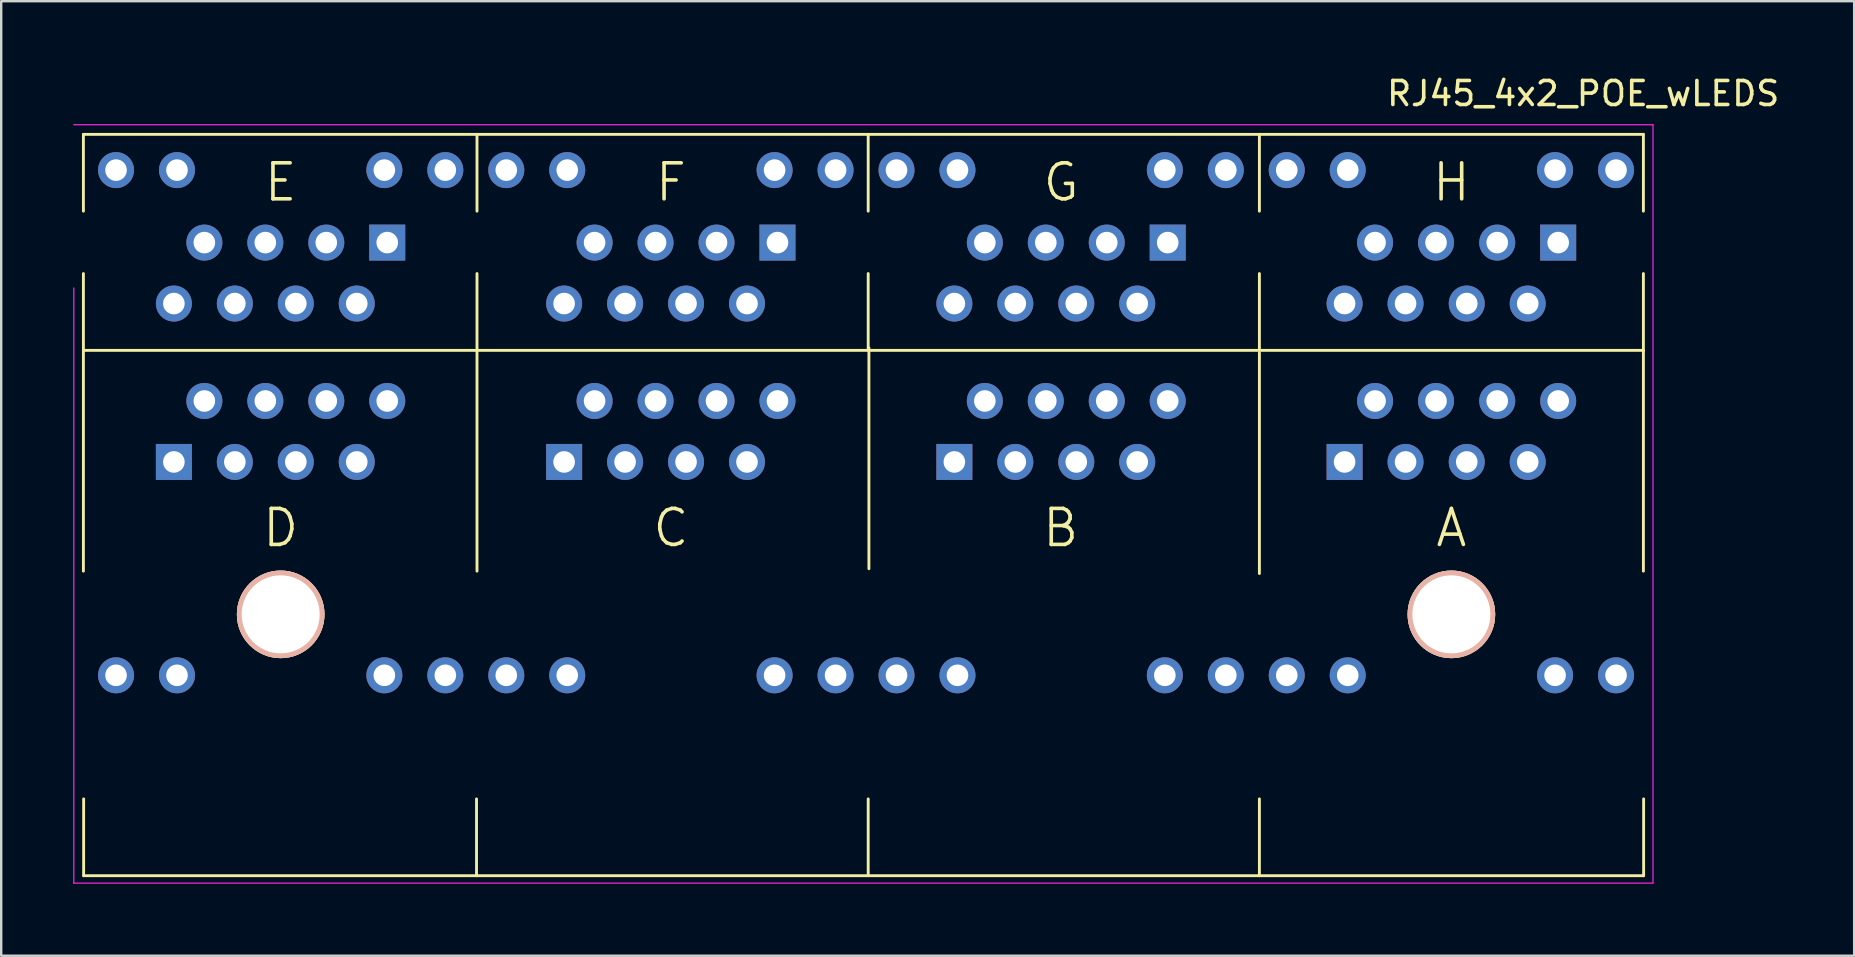
<source format=kicad_pcb>
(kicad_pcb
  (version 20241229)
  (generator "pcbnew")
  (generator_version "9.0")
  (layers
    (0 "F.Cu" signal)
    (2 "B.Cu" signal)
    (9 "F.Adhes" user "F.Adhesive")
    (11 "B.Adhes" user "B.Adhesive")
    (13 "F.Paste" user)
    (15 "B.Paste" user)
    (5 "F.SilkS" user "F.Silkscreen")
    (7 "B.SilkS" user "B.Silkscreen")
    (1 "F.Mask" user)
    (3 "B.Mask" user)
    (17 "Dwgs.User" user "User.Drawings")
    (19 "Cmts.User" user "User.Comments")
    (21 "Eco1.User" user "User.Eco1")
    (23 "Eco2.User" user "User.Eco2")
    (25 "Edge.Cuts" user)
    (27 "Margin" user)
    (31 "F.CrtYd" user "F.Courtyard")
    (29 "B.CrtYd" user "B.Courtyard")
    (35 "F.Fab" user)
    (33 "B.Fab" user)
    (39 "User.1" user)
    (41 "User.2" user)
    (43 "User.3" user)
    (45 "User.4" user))
  (footprint "RJ45_4x2_POE_wLEDS"
    (layer "F.Cu")
    (at 57.425 22.548)
    (property "Reference" "RJ45_4x2_POE_wLEDS" (at 5.49 -21.7 0) (layer "F.SilkS") (effects (font (size 1 1) (thickness 0.15))))
    (attr through_hole)
    (fp_line (start -57 -20) (end -57 -16.8) (stroke (width 0.12) (type solid)) (layer "F.SilkS"))
    (fp_line (start -57 -20) (end 8 -20) (stroke (width 0.12) (type solid)) (layer "F.SilkS"))
    (fp_line (start -57 -14.2) (end -57 -11) (stroke (width 0.12) (type solid)) (layer "F.SilkS"))
    (fp_line (start -57 -11) (end -57 -1.8) (stroke (width 0.12) (type solid)) (layer "F.SilkS"))
    (fp_line (start -56.99 7.69) (end -56.99 10.89) (stroke (width 0.12) (type solid)) (layer "F.SilkS"))
    (fp_line (start -56.99 10.89) (end 8.01 10.89) (stroke (width 0.12) (type solid)) (layer "F.SilkS"))
    (fp_line (start -40.62 7.69) (end -40.62 10.89) (stroke (width 0.12) (type solid)) (layer "F.SilkS"))
    (fp_line (start -40.6 -20) (end -40.6 -16.8) (stroke (width 0.12) (type solid)) (layer "F.SilkS"))
    (fp_line (start -40.6 -14.2) (end -40.6 -11) (stroke (width 0.12) (type solid)) (layer "F.SilkS"))
    (fp_line (start -40.6 -11) (end -40.6 -1.8) (stroke (width 0.12) (type solid)) (layer "F.SilkS"))
    (fp_line (start -24.3 -20) (end -24.3 -16.8) (stroke (width 0.12) (type solid)) (layer "F.SilkS"))
    (fp_line (start -24.3 -14.2) (end -24.3 -11) (stroke (width 0.12) (type solid)) (layer "F.SilkS"))
    (fp_line (start -24.3 7.69) (end -24.3 10.89) (stroke (width 0.12) (type solid)) (layer "F.SilkS"))
    (fp_line (start -24.27 -11.1) (end -24.27 -1.9) (stroke (width 0.12) (type solid)) (layer "F.SilkS"))
    (fp_line (start -8 -20) (end -8 -16.8) (stroke (width 0.12) (type solid)) (layer "F.SilkS"))
    (fp_line (start -8 -14.2) (end -8 -11) (stroke (width 0.12) (type solid)) (layer "F.SilkS"))
    (fp_line (start -8 -10.9) (end -8 -1.7) (stroke (width 0.12) (type solid)) (layer "F.SilkS"))
    (fp_line (start -8 7.69) (end -8 10.89) (stroke (width 0.12) (type solid)) (layer "F.SilkS"))
    (fp_line (start 8 -20) (end 8 -16.8) (stroke (width 0.12) (type solid)) (layer "F.SilkS"))
    (fp_line (start 8 -14.2) (end 8 -11) (stroke (width 0.12) (type solid)) (layer "F.SilkS"))
    (fp_line (start 8 -11) (end -57 -11) (stroke (width 0.12) (type solid)) (layer "F.SilkS"))
    (fp_line (start 8 -11) (end 8 -1.8) (stroke (width 0.12) (type solid)) (layer "F.SilkS"))
    (fp_line (start 8.01 7.69) (end 8.01 10.89) (stroke (width 0.12) (type solid)) (layer "F.SilkS"))
    (fp_line (start -57.4 -20.4) (end 8.4 -20.4) (stroke (width 0.05) (type solid)) (layer "F.CrtYd"))
    (fp_line (start -57.4 -13.6) (end -57.4 11.2) (stroke (width 0.05) (type solid)) (layer "F.CrtYd"))
    (fp_line (start 8.4 11.2) (end -57.4 11.2) (stroke (width 0.05) (type solid)) (layer "F.CrtYd"))
    (fp_line (start 8.4 11.2) (end 8.4 -20.4) (stroke (width 0.05) (type solid)) (layer "F.CrtYd"))
    (fp_text user "A" (at 0 -3.6 0) (layer "F.SilkS") (effects (font (size 1.5 1.5) (thickness 0.15))))
    (fp_text user "G" (at -16.26 -18 0) (layer "F.SilkS") (effects (font (size 1.5 1.5) (thickness 0.15))))
    (fp_text user "E" (at -48.78 -18 0) (layer "F.SilkS") (effects (font (size 1.5 1.5) (thickness 0.15))))
    (fp_text user "B" (at -16.28 -3.6 0) (layer "F.SilkS") (effects (font (size 1.5 1.5) (thickness 0.15))))
    (fp_text user "H" (at 0 -18 0) (layer "F.SilkS") (effects (font (size 1.5 1.5) (thickness 0.15))))
    (fp_text user "F" (at -32.52 -18 0) (layer "F.SilkS") (effects (font (size 1.5 1.5) (thickness 0.15))))
    (fp_text user "C" (at -32.52 -3.6 0) (layer "F.SilkS") (effects (font (size 1.5 1.5) (thickness 0.15))))
    (fp_text user "D" (at -48.78 -3.6 0) (layer "F.SilkS") (effects (font (size 1.5 1.5) (thickness 0.15))))
    (pad "" np_thru_hole circle (at -48.78 0) (size 3.65 3.65) (drill 3.25) (layers "*.Cu" "*.SilkS" "*.Mask"))
    (pad "" np_thru_hole circle (at 0 0) (size 3.65 3.65) (drill 3.25) (layers "*.Cu" "*.SilkS" "*.Mask"))
    (pad "101" thru_hole rect (at -4.45 -6.35) (size 1.5 1.5) (drill 0.9) (layers "*.Cu" "*.Mask"))
    (pad "102" thru_hole circle (at -3.18 -8.89) (size 1.5 1.5) (drill 0.9) (layers "*.Cu" "*.Mask"))
    (pad "103" thru_hole circle (at -1.91 -6.35) (size 1.5 1.5) (drill 0.9) (layers "*.Cu" "*.Mask"))
    (pad "104" thru_hole circle (at -0.64 -8.89) (size 1.5 1.5) (drill 0.9) (layers "*.Cu" "*.Mask"))
    (pad "105" thru_hole circle (at 0.64 -6.35) (size 1.5 1.5) (drill 0.9) (layers "*.Cu" "*.Mask"))
    (pad "106" thru_hole circle (at 1.91 -8.89) (size 1.5 1.5) (drill 0.9) (layers "*.Cu" "*.Mask"))
    (pad "107" thru_hole circle (at 3.18 -6.35) (size 1.5 1.5) (drill 0.9) (layers "*.Cu" "*.Mask"))
    (pad "108" thru_hole circle (at 4.45 -8.89) (size 1.5 1.5) (drill 0.9) (layers "*.Cu" "*.Mask"))
    (pad "109" thru_hole circle (at -6.86 2.54) (size 1.5 1.5) (drill 0.9) (layers "*.Cu" "*.Mask"))
    (pad "110" thru_hole circle (at -4.32 2.54) (size 1.5 1.5) (drill 0.9) (layers "*.Cu" "*.Mask"))
    (pad "111" thru_hole circle (at 4.32 2.54) (size 1.5 1.5) (drill 0.9) (layers "*.Cu" "*.Mask"))
    (pad "112" thru_hole circle (at 6.86 2.54) (size 1.5 1.5) (drill 0.9) (layers "*.Cu" "*.Mask"))
    (pad "201" thru_hole rect (at -20.71 -6.35) (size 1.5 1.5) (drill 0.9) (layers "*.Cu" "*.Mask"))
    (pad "202" thru_hole circle (at -19.44 -8.89) (size 1.5 1.5) (drill 0.9) (layers "*.Cu" "*.Mask"))
    (pad "203" thru_hole circle (at -18.17 -6.35) (size 1.5 1.5) (drill 0.9) (layers "*.Cu" "*.Mask"))
    (pad "204" thru_hole circle (at -16.9 -8.89) (size 1.5 1.5) (drill 0.9) (layers "*.Cu" "*.Mask"))
    (pad "205" thru_hole circle (at -15.63 -6.35) (size 1.5 1.5) (drill 0.9) (layers "*.Cu" "*.Mask"))
    (pad "206" thru_hole circle (at -14.36 -8.89) (size 1.5 1.5) (drill 0.9) (layers "*.Cu" "*.Mask"))
    (pad "207" thru_hole circle (at -13.09 -6.35) (size 1.5 1.5) (drill 0.9) (layers "*.Cu" "*.Mask"))
    (pad "208" thru_hole circle (at -11.82 -8.89) (size 1.5 1.5) (drill 0.9) (layers "*.Cu" "*.Mask"))
    (pad "209" thru_hole circle (at -23.12 2.54) (size 1.5 1.5) (drill 0.9) (layers "*.Cu" "*.Mask"))
    (pad "210" thru_hole circle (at -20.58 2.54) (size 1.5 1.5) (drill 0.9) (layers "*.Cu" "*.Mask"))
    (pad "211" thru_hole circle (at -11.94 2.54) (size 1.5 1.5) (drill 0.9) (layers "*.Cu" "*.Mask"))
    (pad "212" thru_hole circle (at -9.4 2.54) (size 1.5 1.5) (drill 0.9) (layers "*.Cu" "*.Mask"))
    (pad "301" thru_hole rect (at -36.97 -6.35) (size 1.5 1.5) (drill 0.9) (layers "*.Cu" "*.Mask"))
    (pad "302" thru_hole circle (at -35.7 -8.89) (size 1.5 1.5) (drill 0.9) (layers "*.Cu" "*.Mask"))
    (pad "303" thru_hole circle (at -34.43 -6.35) (size 1.5 1.5) (drill 0.9) (layers "*.Cu" "*.Mask"))
    (pad "304" thru_hole circle (at -33.16 -8.89) (size 1.5 1.5) (drill 0.9) (layers "*.Cu" "*.Mask"))
    (pad "305" thru_hole circle (at -31.89 -6.35) (size 1.5 1.5) (drill 0.9) (layers "*.Cu" "*.Mask"))
    (pad "306" thru_hole circle (at -30.62 -8.89) (size 1.5 1.5) (drill 0.9) (layers "*.Cu" "*.Mask"))
    (pad "307" thru_hole circle (at -29.35 -6.35) (size 1.5 1.5) (drill 0.9) (layers "*.Cu" "*.Mask"))
    (pad "308" thru_hole circle (at -28.08 -8.89) (size 1.5 1.5) (drill 0.9) (layers "*.Cu" "*.Mask"))
    (pad "309" thru_hole circle (at -39.38 2.54) (size 1.5 1.5) (drill 0.9) (layers "*.Cu" "*.Mask"))
    (pad "310" thru_hole circle (at -36.84 2.54) (size 1.5 1.5) (drill 0.9) (layers "*.Cu" "*.Mask"))
    (pad "311" thru_hole circle (at -28.2 2.54) (size 1.5 1.5) (drill 0.9) (layers "*.Cu" "*.Mask"))
    (pad "312" thru_hole circle (at -25.66 2.54) (size 1.5 1.5) (drill 0.9) (layers "*.Cu" "*.Mask"))
    (pad "401" thru_hole rect (at -53.23 -6.35) (size 1.5 1.5) (drill 0.9) (layers "*.Cu" "*.Mask"))
    (pad "402" thru_hole circle (at -51.96 -8.89) (size 1.5 1.5) (drill 0.9) (layers "*.Cu" "*.Mask"))
    (pad "403" thru_hole circle (at -50.69 -6.35) (size 1.5 1.5) (drill 0.9) (layers "*.Cu" "*.Mask"))
    (pad "404" thru_hole circle (at -49.42 -8.89) (size 1.5 1.5) (drill 0.9) (layers "*.Cu" "*.Mask"))
    (pad "405" thru_hole circle (at -48.15 -6.35) (size 1.5 1.5) (drill 0.9) (layers "*.Cu" "*.Mask"))
    (pad "406" thru_hole circle (at -46.88 -8.89) (size 1.5 1.5) (drill 0.9) (layers "*.Cu" "*.Mask"))
    (pad "407" thru_hole circle (at -45.61 -6.35) (size 1.5 1.5) (drill 0.9) (layers "*.Cu" "*.Mask"))
    (pad "408" thru_hole circle (at -44.34 -8.89) (size 1.5 1.5) (drill 0.9) (layers "*.Cu" "*.Mask"))
    (pad "409" thru_hole circle (at -55.64 2.54) (size 1.5 1.5) (drill 0.9) (layers "*.Cu" "*.Mask"))
    (pad "410" thru_hole circle (at -53.1 2.54) (size 1.5 1.5) (drill 0.9) (layers "*.Cu" "*.Mask"))
    (pad "411" thru_hole circle (at -44.46 2.54) (size 1.5 1.5) (drill 0.9) (layers "*.Cu" "*.Mask"))
    (pad "412" thru_hole circle (at -41.92 2.54) (size 1.5 1.5) (drill 0.9) (layers "*.Cu" "*.Mask"))
    (pad "501" thru_hole rect (at -44.34 -15.49 180) (size 1.5 1.5) (drill 0.9) (layers "*.Cu" "*.Mask"))
    (pad "502" thru_hole circle (at -45.61 -12.95 180) (size 1.5 1.5) (drill 0.9) (layers "*.Cu" "*.Mask"))
    (pad "503" thru_hole circle (at -46.88 -15.49 180) (size 1.5 1.5) (drill 0.9) (layers "*.Cu" "*.Mask"))
    (pad "504" thru_hole circle (at -48.15 -12.95 180) (size 1.5 1.5) (drill 0.9) (layers "*.Cu" "*.Mask"))
    (pad "505" thru_hole circle (at -49.42 -15.49 180) (size 1.5 1.5) (drill 0.9) (layers "*.Cu" "*.Mask"))
    (pad "506" thru_hole circle (at -50.69 -12.95 180) (size 1.5 1.5) (drill 0.9) (layers "*.Cu" "*.Mask"))
    (pad "507" thru_hole circle (at -51.96 -15.49 180) (size 1.5 1.5) (drill 0.9) (layers "*.Cu" "*.Mask"))
    (pad "508" thru_hole circle (at -53.23 -12.95 180) (size 1.5 1.5) (drill 0.9) (layers "*.Cu" "*.Mask"))
    (pad "509" thru_hole circle (at -41.92 -18.51) (size 1.5 1.5) (drill 0.9) (layers "*.Cu" "*.Mask"))
    (pad "510" thru_hole circle (at -44.46 -18.51) (size 1.5 1.5) (drill 0.9) (layers "*.Cu" "*.Mask"))
    (pad "511" thru_hole circle (at -53.1 -18.51) (size 1.5 1.5) (drill 0.9) (layers "*.Cu" "*.Mask"))
    (pad "512" thru_hole circle (at -55.64 -18.51) (size 1.5 1.5) (drill 0.9) (layers "*.Cu" "*.Mask"))
    (pad "601" thru_hole rect (at -28.08 -15.49 180) (size 1.5 1.5) (drill 0.9) (layers "*.Cu" "*.Mask"))
    (pad "602" thru_hole circle (at -29.35 -12.95 180) (size 1.5 1.5) (drill 0.9) (layers "*.Cu" "*.Mask"))
    (pad "603" thru_hole circle (at -30.62 -15.49 180) (size 1.5 1.5) (drill 0.9) (layers "*.Cu" "*.Mask"))
    (pad "604" thru_hole circle (at -31.89 -12.95 180) (size 1.5 1.5) (drill 0.9) (layers "*.Cu" "*.Mask"))
    (pad "605" thru_hole circle (at -33.16 -15.49 180) (size 1.5 1.5) (drill 0.9) (layers "*.Cu" "*.Mask"))
    (pad "606" thru_hole circle (at -34.43 -12.95 180) (size 1.5 1.5) (drill 0.9) (layers "*.Cu" "*.Mask"))
    (pad "607" thru_hole circle (at -35.7 -15.49 180) (size 1.5 1.5) (drill 0.9) (layers "*.Cu" "*.Mask"))
    (pad "608" thru_hole circle (at -36.97 -12.95 180) (size 1.5 1.5) (drill 0.9) (layers "*.Cu" "*.Mask"))
    (pad "609" thru_hole circle (at -25.66 -18.51) (size 1.5 1.5) (drill 0.9) (layers "*.Cu" "*.Mask"))
    (pad "610" thru_hole circle (at -28.2 -18.51) (size 1.5 1.5) (drill 0.9) (layers "*.Cu" "*.Mask"))
    (pad "611" thru_hole circle (at -36.84 -18.51) (size 1.5 1.5) (drill 0.9) (layers "*.Cu" "*.Mask"))
    (pad "612" thru_hole circle (at -39.38 -18.51) (size 1.5 1.5) (drill 0.9) (layers "*.Cu" "*.Mask"))
    (pad "701" thru_hole rect (at -11.82 -15.49 180) (size 1.5 1.5) (drill 0.9) (layers "*.Cu" "*.Mask"))
    (pad "702" thru_hole circle (at -13.09 -12.95 180) (size 1.5 1.5) (drill 0.9) (layers "*.Cu" "*.Mask"))
    (pad "703" thru_hole circle (at -14.36 -15.49 180) (size 1.5 1.5) (drill 0.9) (layers "*.Cu" "*.Mask"))
    (pad "704" thru_hole circle (at -15.63 -12.95 180) (size 1.5 1.5) (drill 0.9) (layers "*.Cu" "*.Mask"))
    (pad "705" thru_hole circle (at -16.9 -15.49 180) (size 1.5 1.5) (drill 0.9) (layers "*.Cu" "*.Mask"))
    (pad "706" thru_hole circle (at -18.17 -12.95 180) (size 1.5 1.5) (drill 0.9) (layers "*.Cu" "*.Mask"))
    (pad "707" thru_hole circle (at -19.44 -15.49 180) (size 1.5 1.5) (drill 0.9) (layers "*.Cu" "*.Mask"))
    (pad "708" thru_hole circle (at -20.71 -12.95 180) (size 1.5 1.5) (drill 0.9) (layers "*.Cu" "*.Mask"))
    (pad "709" thru_hole circle (at -9.4 -18.51) (size 1.5 1.5) (drill 0.9) (layers "*.Cu" "*.Mask"))
    (pad "710" thru_hole circle (at -11.94 -18.51) (size 1.5 1.5) (drill 0.9) (layers "*.Cu" "*.Mask"))
    (pad "711" thru_hole circle (at -20.58 -18.51) (size 1.5 1.5) (drill 0.9) (layers "*.Cu" "*.Mask"))
    (pad "712" thru_hole circle (at -23.12 -18.51) (size 1.5 1.5) (drill 0.9) (layers "*.Cu" "*.Mask"))
    (pad "801" thru_hole rect (at 4.45 -15.49 180) (size 1.5 1.5) (drill 0.9) (layers "*.Cu" "*.Mask"))
    (pad "802" thru_hole circle (at 3.18 -12.95 180) (size 1.5 1.5) (drill 0.9) (layers "*.Cu" "*.Mask"))
    (pad "803" thru_hole circle (at 1.91 -15.49 180) (size 1.5 1.5) (drill 0.9) (layers "*.Cu" "*.Mask"))
    (pad "804" thru_hole circle (at 0.64 -12.95 180) (size 1.5 1.5) (drill 0.9) (layers "*.Cu" "*.Mask"))
    (pad "805" thru_hole circle (at -0.64 -15.49 180) (size 1.5 1.5) (drill 0.9) (layers "*.Cu" "*.Mask"))
    (pad "806" thru_hole circle (at -1.91 -12.95 180) (size 1.5 1.5) (drill 0.9) (layers "*.Cu" "*.Mask"))
    (pad "807" thru_hole circle (at -3.18 -15.49 180) (size 1.5 1.5) (drill 0.9) (layers "*.Cu" "*.Mask"))
    (pad "808" thru_hole circle (at -4.45 -12.95 180) (size 1.5 1.5) (drill 0.9) (layers "*.Cu" "*.Mask"))
    (pad "809" thru_hole circle (at 6.86 -18.51) (size 1.5 1.5) (drill 0.9) (layers "*.Cu" "*.Mask"))
    (pad "810" thru_hole circle (at 4.32 -18.51) (size 1.5 1.5) (drill 0.9) (layers "*.Cu" "*.Mask"))
    (pad "811" thru_hole circle (at -4.32 -18.51) (size 1.5 1.5) (drill 0.9) (layers "*.Cu" "*.Mask"))
    (pad "812" thru_hole circle (at -6.86 -18.51) (size 1.5 1.5) (drill 0.9) (layers "*.Cu" "*.Mask")))
  (gr_rect
    (start -3 -3)
    (end 74.207 36.773)
    (stroke (width 0.1) (type default))
    (fill no)
    (layer "Edge.Cuts")))
</source>
